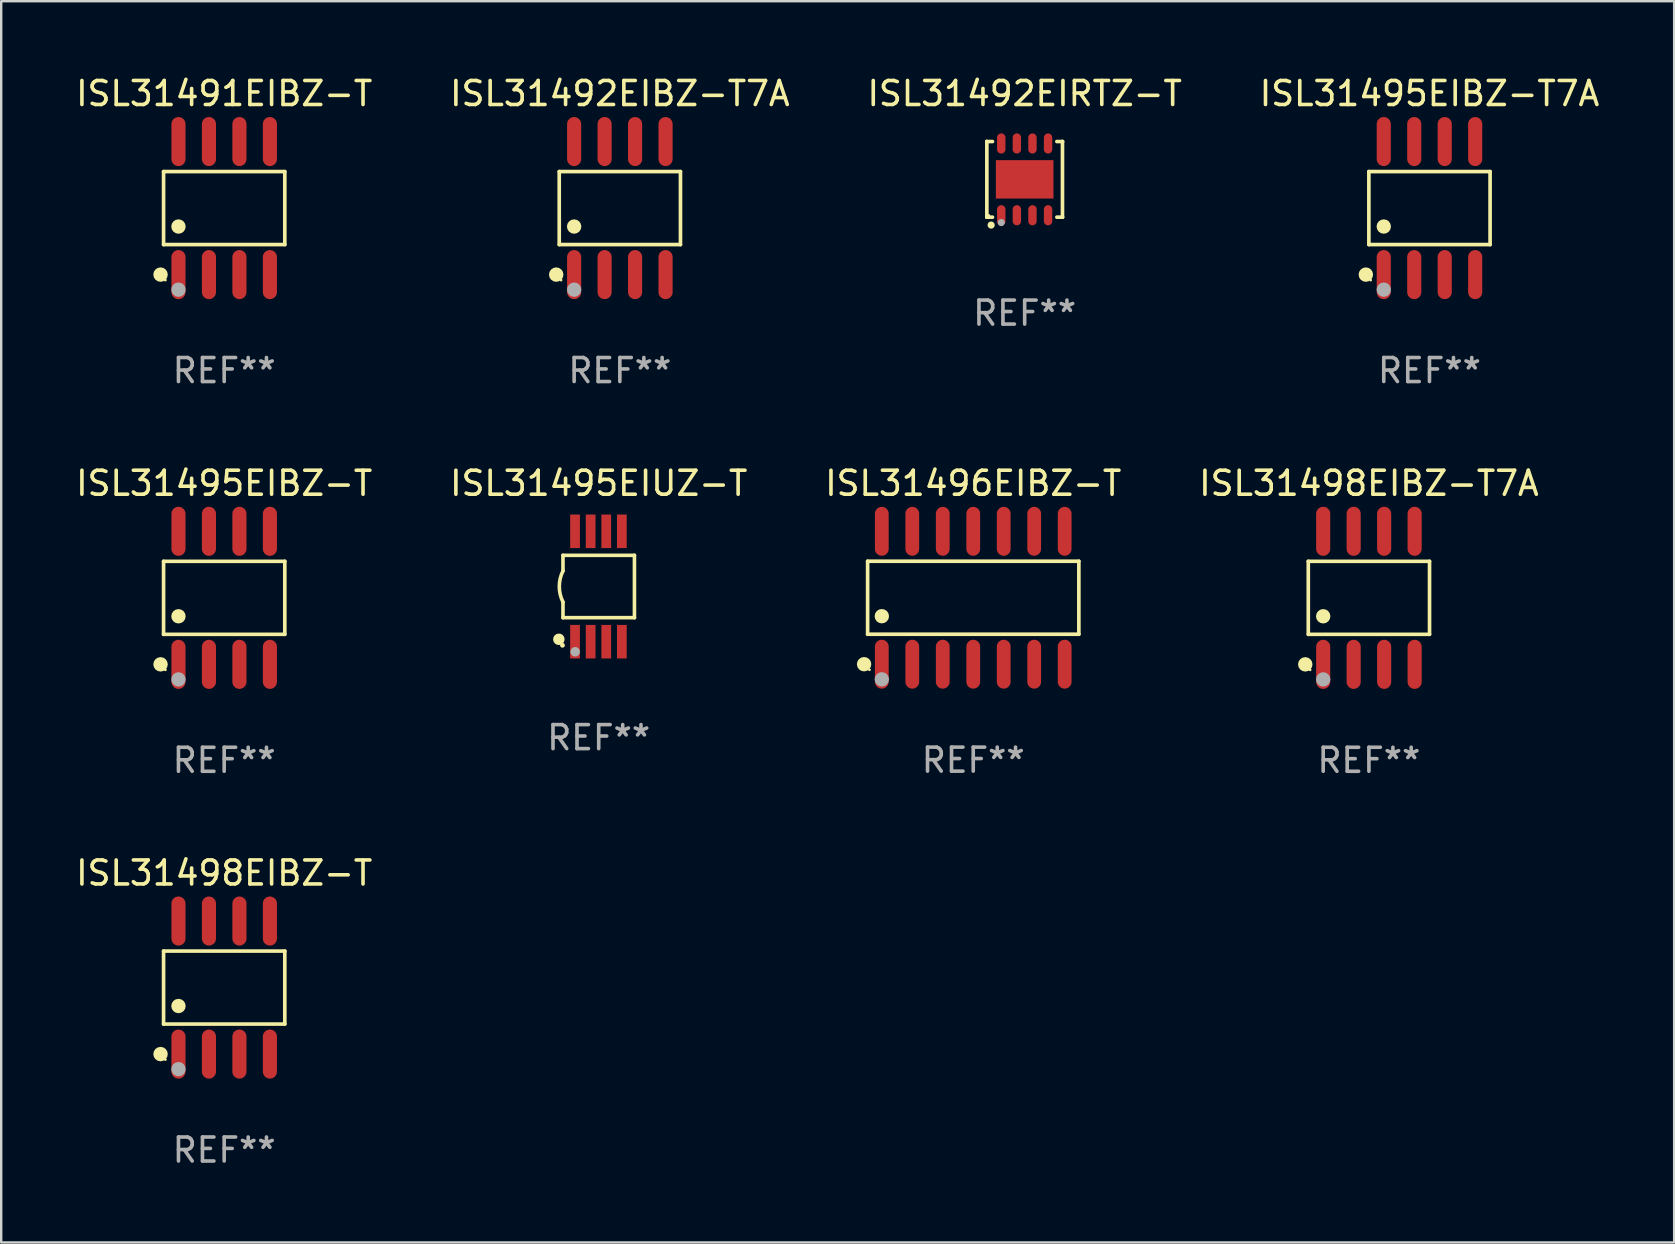
<source format=kicad_pcb>
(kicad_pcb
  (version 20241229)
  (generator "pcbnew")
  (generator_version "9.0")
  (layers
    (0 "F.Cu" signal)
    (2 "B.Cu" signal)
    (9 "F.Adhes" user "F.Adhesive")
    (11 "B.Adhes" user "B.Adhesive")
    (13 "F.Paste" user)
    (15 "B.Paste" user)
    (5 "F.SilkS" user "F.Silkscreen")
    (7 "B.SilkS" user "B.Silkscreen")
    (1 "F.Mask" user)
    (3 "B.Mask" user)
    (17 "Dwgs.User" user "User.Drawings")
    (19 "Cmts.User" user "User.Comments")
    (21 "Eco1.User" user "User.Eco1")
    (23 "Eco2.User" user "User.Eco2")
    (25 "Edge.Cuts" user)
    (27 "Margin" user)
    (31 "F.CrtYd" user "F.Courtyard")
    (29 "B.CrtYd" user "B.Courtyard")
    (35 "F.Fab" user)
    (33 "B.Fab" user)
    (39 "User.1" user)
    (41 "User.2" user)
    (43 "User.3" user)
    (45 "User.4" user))
  (footprint "ISL31492EIBZ-T7A"
    (layer "F.Cu")
    (at 22.78 5.621)
    (property "Reference" "ISL31492EIBZ-T7A" (at 0 -4.772 0) (layer "F.SilkS") (effects (font (size 1 1) (thickness 0.15))))
    (attr through_hole)
    (fp_line (start -2.526 -1.521) (end 2.526 -1.521) (stroke (width 0.152) (type solid)) (layer "F.SilkS"))
    (fp_line (start -2.526 1.521) (end -2.526 -1.521) (stroke (width 0.152) (type solid)) (layer "F.SilkS"))
    (fp_line (start 2.526 -1.521) (end 2.526 1.521) (stroke (width 0.152) (type solid)) (layer "F.SilkS"))
    (fp_line (start 2.526 1.521) (end -2.526 1.521) (stroke (width 0.152) (type solid)) (layer "F.SilkS"))
    (fp_circle (center -2.652 2.772) (end -2.501 2.772) (stroke (width 0.3) (type solid)) (fill no) (layer "F.SilkS"))
    (fp_circle (center -2.45 3) (end -2.42 3) (stroke (width 0.06) (type solid)) (fill no) (layer "F.SilkS"))
    (fp_circle (center -1.905 0.769) (end -1.755 0.769) (stroke (width 0.3) (type solid)) (fill no) (layer "F.SilkS"))
    (fp_circle (center -1.905 3.4) (end -1.755 3.4) (stroke (width 0.3) (type solid)) (fill no) (layer "F.Fab"))
    (fp_text user "REF**" (at 0 6.772 0) (layer "F.Fab") (effects (font (size 1 1) (thickness 0.15))))
    (pad "1" smd oval (at -1.905 2.772) (size 0.588 2.045) (layers "F.Cu" "F.Mask" "F.Paste"))
    (pad "2" smd oval (at -0.635 2.772) (size 0.588 2.045) (layers "F.Cu" "F.Mask" "F.Paste"))
    (pad "3" smd oval (at 0.635 2.772) (size 0.588 2.045) (layers "F.Cu" "F.Mask" "F.Paste"))
    (pad "4" smd oval (at 1.905 2.772) (size 0.588 2.045) (layers "F.Cu" "F.Mask" "F.Paste"))
    (pad "5" smd oval (at 1.905 -2.772) (size 0.588 2.045) (layers "F.Cu" "F.Mask" "F.Paste"))
    (pad "6" smd oval (at 0.635 -2.772) (size 0.588 2.045) (layers "F.Cu" "F.Mask" "F.Paste"))
    (pad "7" smd oval (at -0.635 -2.772) (size 0.588 2.045) (layers "F.Cu" "F.Mask" "F.Paste"))
    (pad "8" smd oval (at -1.905 -2.772) (size 0.588 2.045) (layers "F.Cu" "F.Mask" "F.Paste")))
  (footprint "ISL31495EIBZ-T7A"
    (layer "F.Cu")
    (at 56.518 5.621)
    (property "Reference" "ISL31495EIBZ-T7A" (at 0 -4.772 0) (layer "F.SilkS") (effects (font (size 1 1) (thickness 0.15))))
    (attr through_hole)
    (fp_line (start -2.526 -1.521) (end 2.526 -1.521) (stroke (width 0.152) (type solid)) (layer "F.SilkS"))
    (fp_line (start -2.526 1.521) (end -2.526 -1.521) (stroke (width 0.152) (type solid)) (layer "F.SilkS"))
    (fp_line (start 2.526 -1.521) (end 2.526 1.521) (stroke (width 0.152) (type solid)) (layer "F.SilkS"))
    (fp_line (start 2.526 1.521) (end -2.526 1.521) (stroke (width 0.152) (type solid)) (layer "F.SilkS"))
    (fp_circle (center -2.652 2.772) (end -2.501 2.772) (stroke (width 0.3) (type solid)) (fill no) (layer "F.SilkS"))
    (fp_circle (center -2.45 3) (end -2.42 3) (stroke (width 0.06) (type solid)) (fill no) (layer "F.SilkS"))
    (fp_circle (center -1.905 0.769) (end -1.755 0.769) (stroke (width 0.3) (type solid)) (fill no) (layer "F.SilkS"))
    (fp_circle (center -1.905 3.4) (end -1.755 3.4) (stroke (width 0.3) (type solid)) (fill no) (layer "F.Fab"))
    (fp_text user "REF**" (at 0 6.772 0) (layer "F.Fab") (effects (font (size 1 1) (thickness 0.15))))
    (pad "1" smd oval (at -1.905 2.772) (size 0.588 2.045) (layers "F.Cu" "F.Mask" "F.Paste"))
    (pad "2" smd oval (at -0.635 2.772) (size 0.588 2.045) (layers "F.Cu" "F.Mask" "F.Paste"))
    (pad "3" smd oval (at 0.635 2.772) (size 0.588 2.045) (layers "F.Cu" "F.Mask" "F.Paste"))
    (pad "4" smd oval (at 1.905 2.772) (size 0.588 2.045) (layers "F.Cu" "F.Mask" "F.Paste"))
    (pad "5" smd oval (at 1.905 -2.772) (size 0.588 2.045) (layers "F.Cu" "F.Mask" "F.Paste"))
    (pad "6" smd oval (at 0.635 -2.772) (size 0.588 2.045) (layers "F.Cu" "F.Mask" "F.Paste"))
    (pad "7" smd oval (at -0.635 -2.772) (size 0.588 2.045) (layers "F.Cu" "F.Mask" "F.Paste"))
    (pad "8" smd oval (at -1.905 -2.772) (size 0.588 2.045) (layers "F.Cu" "F.Mask" "F.Paste")))
  (footprint "ISL31498EIBZ-T"
    (layer "F.Cu")
    (at 6.292 38.103)
    (property "Reference" "ISL31498EIBZ-T" (at 0 -4.772 0) (layer "F.SilkS") (effects (font (size 1 1) (thickness 0.15))))
    (attr through_hole)
    (fp_line (start -2.526 -1.521) (end 2.526 -1.521) (stroke (width 0.152) (type solid)) (layer "F.SilkS"))
    (fp_line (start -2.526 1.521) (end -2.526 -1.521) (stroke (width 0.152) (type solid)) (layer "F.SilkS"))
    (fp_line (start 2.526 -1.521) (end 2.526 1.521) (stroke (width 0.152) (type solid)) (layer "F.SilkS"))
    (fp_line (start 2.526 1.521) (end -2.526 1.521) (stroke (width 0.152) (type solid)) (layer "F.SilkS"))
    (fp_circle (center -2.652 2.772) (end -2.501 2.772) (stroke (width 0.3) (type solid)) (fill no) (layer "F.SilkS"))
    (fp_circle (center -2.45 3) (end -2.42 3) (stroke (width 0.06) (type solid)) (fill no) (layer "F.SilkS"))
    (fp_circle (center -1.905 0.769) (end -1.755 0.769) (stroke (width 0.3) (type solid)) (fill no) (layer "F.SilkS"))
    (fp_circle (center -1.905 3.4) (end -1.755 3.4) (stroke (width 0.3) (type solid)) (fill no) (layer "F.Fab"))
    (fp_text user "REF**" (at 0 6.772 0) (layer "F.Fab") (effects (font (size 1 1) (thickness 0.15))))
    (pad "1" smd oval (at -1.905 2.772) (size 0.588 2.045) (layers "F.Cu" "F.Mask" "F.Paste"))
    (pad "2" smd oval (at -0.635 2.772) (size 0.588 2.045) (layers "F.Cu" "F.Mask" "F.Paste"))
    (pad "3" smd oval (at 0.635 2.772) (size 0.588 2.045) (layers "F.Cu" "F.Mask" "F.Paste"))
    (pad "4" smd oval (at 1.905 2.772) (size 0.588 2.045) (layers "F.Cu" "F.Mask" "F.Paste"))
    (pad "5" smd oval (at 1.905 -2.772) (size 0.588 2.045) (layers "F.Cu" "F.Mask" "F.Paste"))
    (pad "6" smd oval (at 0.635 -2.772) (size 0.588 2.045) (layers "F.Cu" "F.Mask" "F.Paste"))
    (pad "7" smd oval (at -0.635 -2.772) (size 0.588 2.045) (layers "F.Cu" "F.Mask" "F.Paste"))
    (pad "8" smd oval (at -1.905 -2.772) (size 0.588 2.045) (layers "F.Cu" "F.Mask" "F.Paste")))
  (footprint "ISL31491EIBZ-T"
    (layer "F.Cu")
    (at 6.292 5.621)
    (property "Reference" "ISL31491EIBZ-T" (at 0 -4.772 0) (layer "F.SilkS") (effects (font (size 1 1) (thickness 0.15))))
    (attr through_hole)
    (fp_line (start -2.526 -1.521) (end 2.526 -1.521) (stroke (width 0.152) (type solid)) (layer "F.SilkS"))
    (fp_line (start -2.526 1.521) (end -2.526 -1.521) (stroke (width 0.152) (type solid)) (layer "F.SilkS"))
    (fp_line (start 2.526 -1.521) (end 2.526 1.521) (stroke (width 0.152) (type solid)) (layer "F.SilkS"))
    (fp_line (start 2.526 1.521) (end -2.526 1.521) (stroke (width 0.152) (type solid)) (layer "F.SilkS"))
    (fp_circle (center -2.652 2.772) (end -2.501 2.772) (stroke (width 0.3) (type solid)) (fill no) (layer "F.SilkS"))
    (fp_circle (center -2.45 3) (end -2.42 3) (stroke (width 0.06) (type solid)) (fill no) (layer "F.SilkS"))
    (fp_circle (center -1.905 0.769) (end -1.755 0.769) (stroke (width 0.3) (type solid)) (fill no) (layer "F.SilkS"))
    (fp_circle (center -1.905 3.4) (end -1.755 3.4) (stroke (width 0.3) (type solid)) (fill no) (layer "F.Fab"))
    (fp_text user "REF**" (at 0 6.772 0) (layer "F.Fab") (effects (font (size 1 1) (thickness 0.15))))
    (pad "1" smd oval (at -1.905 2.772) (size 0.588 2.045) (layers "F.Cu" "F.Mask" "F.Paste"))
    (pad "2" smd oval (at -0.635 2.772) (size 0.588 2.045) (layers "F.Cu" "F.Mask" "F.Paste"))
    (pad "3" smd oval (at 0.635 2.772) (size 0.588 2.045) (layers "F.Cu" "F.Mask" "F.Paste"))
    (pad "4" smd oval (at 1.905 2.772) (size 0.588 2.045) (layers "F.Cu" "F.Mask" "F.Paste"))
    (pad "5" smd oval (at 1.905 -2.772) (size 0.588 2.045) (layers "F.Cu" "F.Mask" "F.Paste"))
    (pad "6" smd oval (at 0.635 -2.772) (size 0.588 2.045) (layers "F.Cu" "F.Mask" "F.Paste"))
    (pad "7" smd oval (at -0.635 -2.772) (size 0.588 2.045) (layers "F.Cu" "F.Mask" "F.Paste"))
    (pad "8" smd oval (at -1.905 -2.772) (size 0.588 2.045) (layers "F.Cu" "F.Mask" "F.Paste")))
  (footprint "ISL31496EIBZ-T"
    (layer "F.Cu")
    (at 37.506 21.859)
    (property "Reference" "ISL31496EIBZ-T" (at 0 -4.769 0) (layer "F.SilkS") (effects (font (size 1 1) (thickness 0.15))))
    (attr through_hole)
    (fp_line (start -4.401 -1.521) (end 4.401 -1.521) (stroke (width 0.152) (type solid)) (layer "F.SilkS"))
    (fp_line (start -4.401 1.521) (end -4.401 -1.521) (stroke (width 0.152) (type solid)) (layer "F.SilkS"))
    (fp_line (start 4.401 -1.521) (end 4.401 1.521) (stroke (width 0.152) (type solid)) (layer "F.SilkS"))
    (fp_line (start 4.401 1.521) (end -4.401 1.521) (stroke (width 0.152) (type solid)) (layer "F.SilkS"))
    (fp_circle (center -4.549 2.769) (end -4.399 2.769) (stroke (width 0.3) (type solid)) (fill no) (layer "F.SilkS"))
    (fp_circle (center -4.325 3) (end -4.295 3) (stroke (width 0.06) (type solid)) (fill no) (layer "F.SilkS"))
    (fp_circle (center -3.81 0.769) (end -3.66 0.769) (stroke (width 0.3) (type solid)) (fill no) (layer "F.SilkS"))
    (fp_circle (center -3.81 3.4) (end -3.66 3.4) (stroke (width 0.3) (type solid)) (fill no) (layer "F.Fab"))
    (fp_text user "REF**" (at 0 6.769 0) (layer "F.Fab") (effects (font (size 1 1) (thickness 0.15))))
    (pad "1" smd oval (at -3.81 2.769) (size 0.574 2.038) (layers "F.Cu" "F.Mask" "F.Paste"))
    (pad "2" smd oval (at -2.54 2.769) (size 0.574 2.038) (layers "F.Cu" "F.Mask" "F.Paste"))
    (pad "3" smd oval (at -1.27 2.769) (size 0.574 2.038) (layers "F.Cu" "F.Mask" "F.Paste"))
    (pad "4" smd oval (at 0 2.769) (size 0.574 2.038) (layers "F.Cu" "F.Mask" "F.Paste"))
    (pad "5" smd oval (at 1.27 2.769) (size 0.574 2.038) (layers "F.Cu" "F.Mask" "F.Paste"))
    (pad "6" smd oval (at 2.54 2.769) (size 0.574 2.038) (layers "F.Cu" "F.Mask" "F.Paste"))
    (pad "7" smd oval (at 3.81 2.769) (size 0.574 2.038) (layers "F.Cu" "F.Mask" "F.Paste"))
    (pad "8" smd oval (at 3.81 -2.769) (size 0.574 2.038) (layers "F.Cu" "F.Mask" "F.Paste"))
    (pad "9" smd oval (at 2.54 -2.769) (size 0.574 2.038) (layers "F.Cu" "F.Mask" "F.Paste"))
    (pad "10" smd oval (at 1.27 -2.769) (size 0.574 2.038) (layers "F.Cu" "F.Mask" "F.Paste"))
    (pad "11" smd oval (at 0 -2.769) (size 0.574 2.038) (layers "F.Cu" "F.Mask" "F.Paste"))
    (pad "12" smd oval (at -1.27 -2.769) (size 0.574 2.038) (layers "F.Cu" "F.Mask" "F.Paste"))
    (pad "13" smd oval (at -2.54 -2.769) (size 0.574 2.038) (layers "F.Cu" "F.Mask" "F.Paste"))
    (pad "14" smd oval (at -3.81 -2.769) (size 0.574 2.038) (layers "F.Cu" "F.Mask" "F.Paste")))
  (footprint "ISL31495EIBZ-T"
    (layer "F.Cu")
    (at 6.292 21.862)
    (property "Reference" "ISL31495EIBZ-T" (at 0 -4.772 0) (layer "F.SilkS") (effects (font (size 1 1) (thickness 0.15))))
    (attr through_hole)
    (fp_line (start -2.526 -1.521) (end 2.526 -1.521) (stroke (width 0.152) (type solid)) (layer "F.SilkS"))
    (fp_line (start -2.526 1.521) (end -2.526 -1.521) (stroke (width 0.152) (type solid)) (layer "F.SilkS"))
    (fp_line (start 2.526 -1.521) (end 2.526 1.521) (stroke (width 0.152) (type solid)) (layer "F.SilkS"))
    (fp_line (start 2.526 1.521) (end -2.526 1.521) (stroke (width 0.152) (type solid)) (layer "F.SilkS"))
    (fp_circle (center -2.652 2.772) (end -2.501 2.772) (stroke (width 0.3) (type solid)) (fill no) (layer "F.SilkS"))
    (fp_circle (center -2.45 3) (end -2.42 3) (stroke (width 0.06) (type solid)) (fill no) (layer "F.SilkS"))
    (fp_circle (center -1.905 0.769) (end -1.755 0.769) (stroke (width 0.3) (type solid)) (fill no) (layer "F.SilkS"))
    (fp_circle (center -1.905 3.4) (end -1.755 3.4) (stroke (width 0.3) (type solid)) (fill no) (layer "F.Fab"))
    (fp_text user "REF**" (at 0 6.772 0) (layer "F.Fab") (effects (font (size 1 1) (thickness 0.15))))
    (pad "1" smd oval (at -1.905 2.772) (size 0.588 2.045) (layers "F.Cu" "F.Mask" "F.Paste"))
    (pad "2" smd oval (at -0.635 2.772) (size 0.588 2.045) (layers "F.Cu" "F.Mask" "F.Paste"))
    (pad "3" smd oval (at 0.635 2.772) (size 0.588 2.045) (layers "F.Cu" "F.Mask" "F.Paste"))
    (pad "4" smd oval (at 1.905 2.772) (size 0.588 2.045) (layers "F.Cu" "F.Mask" "F.Paste"))
    (pad "5" smd oval (at 1.905 -2.772) (size 0.588 2.045) (layers "F.Cu" "F.Mask" "F.Paste"))
    (pad "6" smd oval (at 0.635 -2.772) (size 0.588 2.045) (layers "F.Cu" "F.Mask" "F.Paste"))
    (pad "7" smd oval (at -0.635 -2.772) (size 0.588 2.045) (layers "F.Cu" "F.Mask" "F.Paste"))
    (pad "8" smd oval (at -1.905 -2.772) (size 0.588 2.045) (layers "F.Cu" "F.Mask" "F.Paste")))
  (footprint "ISL31495EIUZ-T"
    (layer "F.Cu")
    (at 21.899 21.39)
    (property "Reference" "ISL31495EIUZ-T" (at 0 -4.3 0) (layer "F.SilkS") (effects (font (size 1 1) (thickness 0.15))))
    (attr through_hole)
    (fp_line (start -1.489 -1.3) (end -1.489 -0.648) (stroke (width 0.15) (type solid)) (layer "F.SilkS"))
    (fp_line (start -1.489 0.648) (end -1.489 1.3) (stroke (width 0.15) (type solid)) (layer "F.SilkS"))
    (fp_line (start -1.489 1.3) (end 1.489 1.3) (stroke (width 0.15) (type solid)) (layer "F.SilkS"))
    (fp_line (start 1.489 -1.3) (end -1.489 -1.3) (stroke (width 0.15) (type solid)) (layer "F.SilkS"))
    (fp_line (start 1.489 1.3) (end 1.489 -1.3) (stroke (width 0.15) (type solid)) (layer "F.SilkS"))
    (fp_arc (start -1.489205 0.647702) (mid -1.642107 0) (end -1.489205 -0.647701) (stroke (width 0.150013) (type solid)) (layer "F.SilkS"))
    (fp_circle (center -1.661 2.2) (end -1.541 2.2) (stroke (width 0.24) (type solid)) (fill no) (layer "F.SilkS"))
    (fp_circle (center -1.511 2.45) (end -1.461 2.45) (stroke (width 0.1) (type solid)) (fill no) (layer "F.SilkS"))
    (fp_circle (center -0.981 2.72) (end -0.881 2.72) (stroke (width 0.2) (type solid)) (fill no) (layer "F.Fab"))
    (fp_text user "REF**" (at 0 6.3 0) (layer "F.Fab") (effects (font (size 1 1) (thickness 0.15))))
    (pad "1" smd rect (at -0.986 2.3) (size 0.406 1.397) (layers "F.Cu" "F.Mask" "F.Paste"))
    (pad "2" smd rect (at -0.336 2.3) (size 0.406 1.397) (layers "F.Cu" "F.Mask" "F.Paste"))
    (pad "3" smd rect (at 0.314 2.3) (size 0.406 1.397) (layers "F.Cu" "F.Mask" "F.Paste"))
    (pad "4" smd rect (at 0.964 2.3) (size 0.406 1.397) (layers "F.Cu" "F.Mask" "F.Paste"))
    (pad "5" smd rect (at 0.964 -2.3) (size 0.406 1.397) (layers "F.Cu" "F.Mask" "F.Paste"))
    (pad "6" smd rect (at 0.314 -2.3) (size 0.406 1.397) (layers "F.Cu" "F.Mask" "F.Paste"))
    (pad "7" smd rect (at -0.336 -2.3) (size 0.406 1.397) (layers "F.Cu" "F.Mask" "F.Paste"))
    (pad "8" smd rect (at -0.986 -2.3) (size 0.406 1.397) (layers "F.Cu" "F.Mask" "F.Paste")))
  (footprint "ISL31498EIBZ-T7A"
    (layer "F.Cu")
    (at 53.994 21.862)
    (property "Reference" "ISL31498EIBZ-T7A" (at 0 -4.772 0) (layer "F.SilkS") (effects (font (size 1 1) (thickness 0.15))))
    (attr through_hole)
    (fp_line (start -2.526 -1.521) (end 2.526 -1.521) (stroke (width 0.152) (type solid)) (layer "F.SilkS"))
    (fp_line (start -2.526 1.521) (end -2.526 -1.521) (stroke (width 0.152) (type solid)) (layer "F.SilkS"))
    (fp_line (start 2.526 -1.521) (end 2.526 1.521) (stroke (width 0.152) (type solid)) (layer "F.SilkS"))
    (fp_line (start 2.526 1.521) (end -2.526 1.521) (stroke (width 0.152) (type solid)) (layer "F.SilkS"))
    (fp_circle (center -2.652 2.772) (end -2.501 2.772) (stroke (width 0.3) (type solid)) (fill no) (layer "F.SilkS"))
    (fp_circle (center -2.45 3) (end -2.42 3) (stroke (width 0.06) (type solid)) (fill no) (layer "F.SilkS"))
    (fp_circle (center -1.905 0.769) (end -1.755 0.769) (stroke (width 0.3) (type solid)) (fill no) (layer "F.SilkS"))
    (fp_circle (center -1.905 3.4) (end -1.755 3.4) (stroke (width 0.3) (type solid)) (fill no) (layer "F.Fab"))
    (fp_text user "REF**" (at 0 6.772 0) (layer "F.Fab") (effects (font (size 1 1) (thickness 0.15))))
    (pad "1" smd oval (at -1.905 2.772) (size 0.588 2.045) (layers "F.Cu" "F.Mask" "F.Paste"))
    (pad "2" smd oval (at -0.635 2.772) (size 0.588 2.045) (layers "F.Cu" "F.Mask" "F.Paste"))
    (pad "3" smd oval (at 0.635 2.772) (size 0.588 2.045) (layers "F.Cu" "F.Mask" "F.Paste"))
    (pad "4" smd oval (at 1.905 2.772) (size 0.588 2.045) (layers "F.Cu" "F.Mask" "F.Paste"))
    (pad "5" smd oval (at 1.905 -2.772) (size 0.588 2.045) (layers "F.Cu" "F.Mask" "F.Paste"))
    (pad "6" smd oval (at 0.635 -2.772) (size 0.588 2.045) (layers "F.Cu" "F.Mask" "F.Paste"))
    (pad "7" smd oval (at -0.635 -2.772) (size 0.588 2.045) (layers "F.Cu" "F.Mask" "F.Paste"))
    (pad "8" smd oval (at -1.905 -2.772) (size 0.588 2.045) (layers "F.Cu" "F.Mask" "F.Paste")))
  (footprint "ISL31492EIRTZ-T"
    (layer "F.Cu")
    (at 39.649 4.424)
    (property "Reference" "ISL31492EIRTZ-T" (at 0 -3.576 0) (layer "F.SilkS") (effects (font (size 1 1) (thickness 0.15))))
    (attr through_hole)
    (fp_line (start -1.576 -1.576) (end -1.576 -1.576) (stroke (width 0.152) (type solid)) (layer "F.SilkS"))
    (fp_line (start -1.576 -1.576) (end -1.341 -1.576) (stroke (width 0.152) (type solid)) (layer "F.SilkS"))
    (fp_line (start -1.576 1.576) (end -1.576 -1.576) (stroke (width 0.152) (type solid)) (layer "F.SilkS"))
    (fp_line (start -1.576 1.576) (end -1.576 1.576) (stroke (width 0.152) (type solid)) (layer "F.SilkS"))
    (fp_line (start -1.341 1.576) (end -1.576 1.576) (stroke (width 0.152) (type solid)) (layer "F.SilkS"))
    (fp_line (start 1.341 1.576) (end 1.576 1.576) (stroke (width 0.152) (type solid)) (layer "F.SilkS"))
    (fp_line (start 1.576 -1.576) (end 1.341 -1.576) (stroke (width 0.152) (type solid)) (layer "F.SilkS"))
    (fp_line (start 1.576 -1.576) (end 1.576 -1.576) (stroke (width 0.152) (type solid)) (layer "F.SilkS"))
    (fp_line (start 1.576 1.576) (end 1.576 -1.576) (stroke (width 0.152) (type solid)) (layer "F.SilkS"))
    (fp_line (start 1.576 1.576) (end 1.576 1.576) (stroke (width 0.152) (type solid)) (layer "F.SilkS"))
    (fp_circle (center -1.5 1.5) (end -1.47 1.5) (stroke (width 0.06) (type solid)) (fill no) (layer "F.SilkS"))
    (fp_circle (center -1.397 1.905) (end -1.322 1.905) (stroke (width 0.15) (type solid)) (fill no) (layer "F.SilkS"))
    (fp_circle (center -0.975 1.8) (end -0.9 1.8) (stroke (width 0.15) (type solid)) (fill no) (layer "F.Fab"))
    (fp_text user "REF**" (at 0 5.576 0) (layer "F.Fab") (effects (font (size 1 1) (thickness 0.15))))
    (pad "1" smd oval (at -0.975 1.495) (size 0.35 0.84) (layers "F.Cu" "F.Mask" "F.Paste"))
    (pad "2" smd oval (at -0.325 1.495) (size 0.35 0.84) (layers "F.Cu" "F.Mask" "F.Paste"))
    (pad "3" smd oval (at 0.325 1.495) (size 0.35 0.84) (layers "F.Cu" "F.Mask" "F.Paste"))
    (pad "4" smd oval (at 0.975 1.495) (size 0.35 0.84) (layers "F.Cu" "F.Mask" "F.Paste"))
    (pad "5" smd oval (at 0.975 -1.495) (size 0.35 0.84) (layers "F.Cu" "F.Mask" "F.Paste"))
    (pad "6" smd oval (at 0.325 -1.495) (size 0.35 0.84) (layers "F.Cu" "F.Mask" "F.Paste"))
    (pad "7" smd oval (at -0.325 -1.495) (size 0.35 0.84) (layers "F.Cu" "F.Mask" "F.Paste"))
    (pad "8" smd oval (at -0.975 -1.495) (size 0.35 0.84) (layers "F.Cu" "F.Mask" "F.Paste"))
    (pad "9" smd rect (at 0 0) (size 2.4 1.6) (layers "F.Cu" "F.Mask" "F.Paste")))
  (gr_rect
    (start -3 -3)
    (end 66.714 48.724)
    (stroke (width 0.1) (type default))
    (fill no)
    (layer "Edge.Cuts")))
</source>
